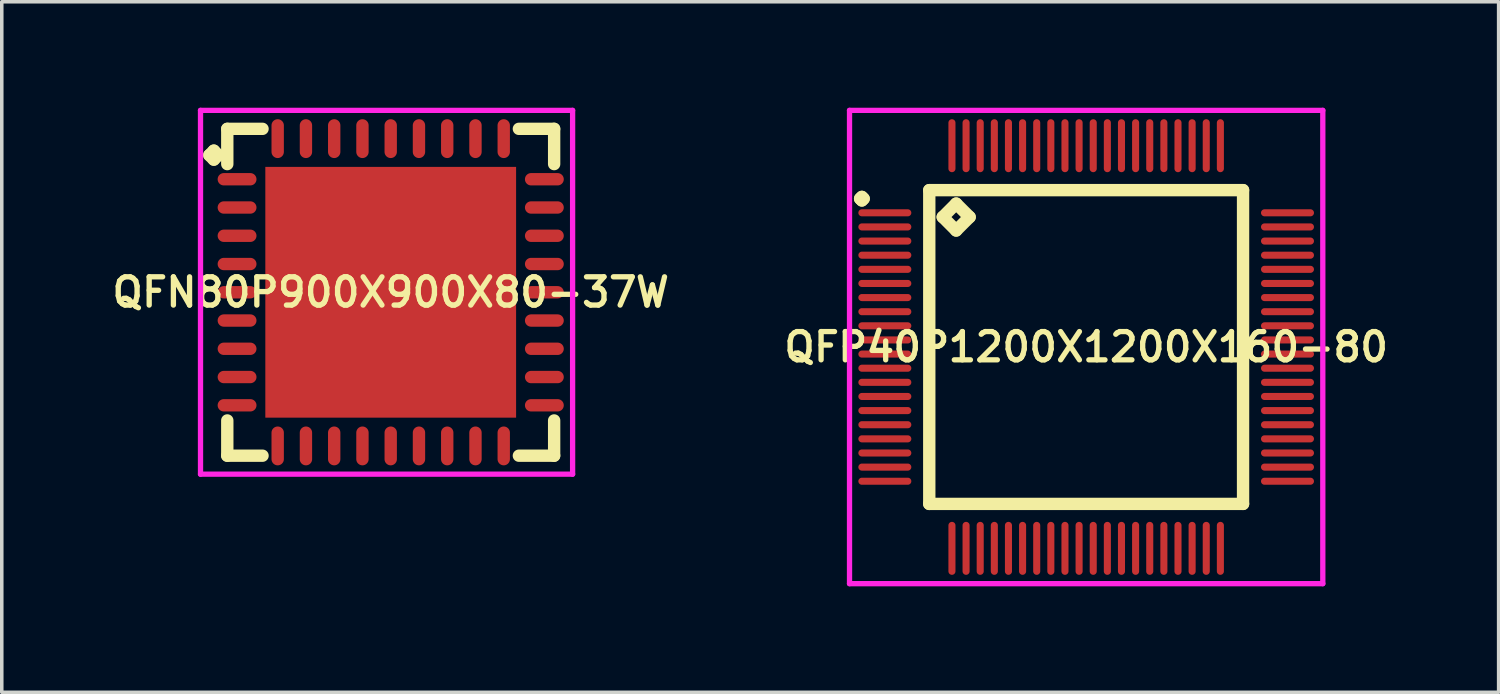
<source format=kicad_pcb>
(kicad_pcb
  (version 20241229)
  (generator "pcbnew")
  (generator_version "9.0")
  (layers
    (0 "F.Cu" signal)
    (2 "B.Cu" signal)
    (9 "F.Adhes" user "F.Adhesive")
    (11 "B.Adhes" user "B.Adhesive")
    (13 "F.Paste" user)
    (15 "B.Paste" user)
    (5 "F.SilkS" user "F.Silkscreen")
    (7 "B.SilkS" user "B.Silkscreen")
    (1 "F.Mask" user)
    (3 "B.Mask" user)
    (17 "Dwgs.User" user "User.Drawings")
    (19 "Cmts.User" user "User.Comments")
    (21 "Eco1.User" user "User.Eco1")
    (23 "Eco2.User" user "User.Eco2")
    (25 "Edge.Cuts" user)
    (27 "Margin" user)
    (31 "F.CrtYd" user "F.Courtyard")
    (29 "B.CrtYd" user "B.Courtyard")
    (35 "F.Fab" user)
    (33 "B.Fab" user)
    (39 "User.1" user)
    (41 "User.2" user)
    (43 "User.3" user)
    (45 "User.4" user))
  (footprint "QFN80P900X900X80-37W"
    (layer "F.Cu")
    (at 8.012 5.225)
    (property "Reference" "QFN80P900X900X80-37W" (at 0 0 0) (layer "F.SilkS") (effects (font (size 0.8 0.8) (thickness 0.15))))
    (attr smd)
    (fp_line (start -5.135 -3.883) (end -5.008 -4.01) (stroke (width 0.35) (type solid)) (layer "F.SilkS"))
    (fp_line (start -5.008 -4.01) (end -4.881 -3.883) (stroke (width 0.35) (type solid)) (layer "F.SilkS"))
    (fp_line (start -5.008 -3.756) (end -5.135 -3.883) (stroke (width 0.35) (type solid)) (layer "F.SilkS"))
    (fp_line (start -4.881 -3.883) (end -5.008 -3.756) (stroke (width 0.35) (type solid)) (layer "F.SilkS"))
    (fp_line (start -4.627 -4.627) (end -3.629 -4.627) (stroke (width 0.35) (type solid)) (layer "F.SilkS"))
    (fp_line (start -4.627 -3.629) (end -4.627 -4.627) (stroke (width 0.35) (type solid)) (layer "F.SilkS"))
    (fp_line (start -4.627 3.629) (end -4.627 4.627) (stroke (width 0.35) (type solid)) (layer "F.SilkS"))
    (fp_line (start -4.627 4.627) (end -3.629 4.627) (stroke (width 0.35) (type solid)) (layer "F.SilkS"))
    (fp_line (start 3.629 -4.627) (end 4.627 -4.627) (stroke (width 0.35) (type solid)) (layer "F.SilkS"))
    (fp_line (start 3.629 4.627) (end 4.627 4.627) (stroke (width 0.35) (type solid)) (layer "F.SilkS"))
    (fp_line (start 4.627 -4.627) (end 4.627 -3.629) (stroke (width 0.35) (type solid)) (layer "F.SilkS"))
    (fp_line (start 4.627 4.627) (end 4.627 3.629) (stroke (width 0.35) (type solid)) (layer "F.SilkS"))
    (fp_line (start -5.385 -5.15) (end 5.15 -5.15) (stroke (width 0.15) (type solid)) (layer "F.CrtYd"))
    (fp_line (start -5.385 5.15) (end -5.385 -5.15) (stroke (width 0.15) (type solid)) (layer "F.CrtYd"))
    (fp_line (start 5.15 -5.15) (end 5.15 5.15) (stroke (width 0.15) (type solid)) (layer "F.CrtYd"))
    (fp_line (start 5.15 5.15) (end -5.385 5.15) (stroke (width 0.15) (type solid)) (layer "F.CrtYd"))
    (pad "1" smd oval (at -4.35 -3.2) (size 1.1 0.35) (layers "F.Cu" "F.Mask" "F.Paste"))
    (pad "2" smd oval (at -4.35 -2.4) (size 1.1 0.35) (layers "F.Cu" "F.Mask" "F.Paste"))
    (pad "3" smd oval (at -4.35 -1.6) (size 1.1 0.35) (layers "F.Cu" "F.Mask" "F.Paste"))
    (pad "4" smd oval (at -4.35 -0.8) (size 1.1 0.35) (layers "F.Cu" "F.Mask" "F.Paste"))
    (pad "5" smd oval (at -4.35 0) (size 1.1 0.35) (layers "F.Cu" "F.Mask" "F.Paste"))
    (pad "6" smd oval (at -4.35 0.8) (size 1.1 0.35) (layers "F.Cu" "F.Mask" "F.Paste"))
    (pad "7" smd oval (at -4.35 1.6) (size 1.1 0.35) (layers "F.Cu" "F.Mask" "F.Paste"))
    (pad "8" smd oval (at -4.35 2.4) (size 1.1 0.35) (layers "F.Cu" "F.Mask" "F.Paste"))
    (pad "9" smd oval (at -4.35 3.2) (size 1.1 0.35) (layers "F.Cu" "F.Mask" "F.Paste"))
    (pad "10" smd oval (at -3.2 4.35) (size 0.35 1.1) (layers "F.Cu" "F.Mask" "F.Paste"))
    (pad "11" smd oval (at -2.4 4.35) (size 0.35 1.1) (layers "F.Cu" "F.Mask" "F.Paste"))
    (pad "12" smd oval (at -1.6 4.35) (size 0.35 1.1) (layers "F.Cu" "F.Mask" "F.Paste"))
    (pad "13" smd oval (at -0.8 4.35) (size 0.35 1.1) (layers "F.Cu" "F.Mask" "F.Paste"))
    (pad "14" smd oval (at 0 4.35) (size 0.35 1.1) (layers "F.Cu" "F.Mask" "F.Paste"))
    (pad "15" smd oval (at 0.8 4.35) (size 0.35 1.1) (layers "F.Cu" "F.Mask" "F.Paste"))
    (pad "16" smd oval (at 1.6 4.35) (size 0.35 1.1) (layers "F.Cu" "F.Mask" "F.Paste"))
    (pad "17" smd oval (at 2.4 4.35) (size 0.35 1.1) (layers "F.Cu" "F.Mask" "F.Paste"))
    (pad "18" smd oval (at 3.2 4.35) (size 0.35 1.1) (layers "F.Cu" "F.Mask" "F.Paste"))
    (pad "19" smd oval (at 4.35 3.2) (size 1.1 0.35) (layers "F.Cu" "F.Mask" "F.Paste"))
    (pad "20" smd oval (at 4.35 2.4) (size 1.1 0.35) (layers "F.Cu" "F.Mask" "F.Paste"))
    (pad "21" smd oval (at 4.35 1.6) (size 1.1 0.35) (layers "F.Cu" "F.Mask" "F.Paste"))
    (pad "22" smd oval (at 4.35 0.8) (size 1.1 0.35) (layers "F.Cu" "F.Mask" "F.Paste"))
    (pad "23" smd oval (at 4.35 0) (size 1.1 0.35) (layers "F.Cu" "F.Mask" "F.Paste"))
    (pad "24" smd oval (at 4.35 -0.8) (size 1.1 0.35) (layers "F.Cu" "F.Mask" "F.Paste"))
    (pad "25" smd oval (at 4.35 -1.6) (size 1.1 0.35) (layers "F.Cu" "F.Mask" "F.Paste"))
    (pad "26" smd oval (at 4.35 -2.4) (size 1.1 0.35) (layers "F.Cu" "F.Mask" "F.Paste"))
    (pad "27" smd oval (at 4.35 -3.2) (size 1.1 0.35) (layers "F.Cu" "F.Mask" "F.Paste"))
    (pad "28" smd oval (at 3.2 -4.35) (size 0.35 1.1) (layers "F.Cu" "F.Mask" "F.Paste"))
    (pad "29" smd oval (at 2.4 -4.35) (size 0.35 1.1) (layers "F.Cu" "F.Mask" "F.Paste"))
    (pad "30" smd oval (at 1.6 -4.35) (size 0.35 1.1) (layers "F.Cu" "F.Mask" "F.Paste"))
    (pad "31" smd oval (at 0.8 -4.35) (size 0.35 1.1) (layers "F.Cu" "F.Mask" "F.Paste"))
    (pad "32" smd oval (at 0 -4.35) (size 0.35 1.1) (layers "F.Cu" "F.Mask" "F.Paste"))
    (pad "33" smd oval (at -0.8 -4.35) (size 0.35 1.1) (layers "F.Cu" "F.Mask" "F.Paste"))
    (pad "34" smd oval (at -1.6 -4.35) (size 0.35 1.1) (layers "F.Cu" "F.Mask" "F.Paste"))
    (pad "35" smd oval (at -2.4 -4.35) (size 0.35 1.1) (layers "F.Cu" "F.Mask" "F.Paste"))
    (pad "36" smd oval (at -3.2 -4.35) (size 0.35 1.1) (layers "F.Cu" "F.Mask" "F.Paste"))
    (pad "37" smd rect (at 0 0) (size 7.1 7.1) (layers "F.Cu" "F.Mask" "F.Paste")))
  (footprint "QFP40P1200X1200X160-80"
    (layer "F.Cu")
    (at 27.702 6.775)
    (property "Reference" "QFP40P1200X1200X160-80" (at 0 0 0) (layer "F.SilkS") (effects (font (size 0.8 0.8) (thickness 0.15))))
    (attr smd)
    (fp_line (start -6.4 -4.2) (end -6.35 -4.25) (stroke (width 0.35) (type solid)) (layer "F.SilkS"))
    (fp_line (start -6.35 -4.25) (end -6.3 -4.2) (stroke (width 0.35) (type solid)) (layer "F.SilkS"))
    (fp_line (start -6.35 -4.15) (end -6.4 -4.2) (stroke (width 0.35) (type solid)) (layer "F.SilkS"))
    (fp_line (start -6.3 -4.2) (end -6.35 -4.15) (stroke (width 0.35) (type solid)) (layer "F.SilkS"))
    (fp_line (start -4.442 -4.442) (end -4.442 4.442) (stroke (width 0.35) (type solid)) (layer "F.SilkS"))
    (fp_line (start -4.442 4.442) (end 4.442 4.442) (stroke (width 0.35) (type solid)) (layer "F.SilkS"))
    (fp_line (start -4.061 -3.68) (end -3.68 -4.061) (stroke (width 0.35) (type solid)) (layer "F.SilkS"))
    (fp_line (start -3.68 -4.061) (end -3.299 -3.68) (stroke (width 0.35) (type solid)) (layer "F.SilkS"))
    (fp_line (start -3.68 -3.299) (end -4.061 -3.68) (stroke (width 0.35) (type solid)) (layer "F.SilkS"))
    (fp_line (start -3.299 -3.68) (end -3.68 -3.299) (stroke (width 0.35) (type solid)) (layer "F.SilkS"))
    (fp_line (start 4.442 -4.442) (end -4.442 -4.442) (stroke (width 0.35) (type solid)) (layer "F.SilkS"))
    (fp_line (start 4.442 4.442) (end 4.442 -4.442) (stroke (width 0.35) (type solid)) (layer "F.SilkS"))
    (fp_line (start -6.7 -6.7) (end 6.7 -6.7) (stroke (width 0.15) (type solid)) (layer "F.CrtYd"))
    (fp_line (start -6.7 6.7) (end -6.7 -6.7) (stroke (width 0.15) (type solid)) (layer "F.CrtYd"))
    (fp_line (start 6.7 -6.7) (end 6.7 6.7) (stroke (width 0.15) (type solid)) (layer "F.CrtYd"))
    (fp_line (start 6.7 6.7) (end -6.7 6.7) (stroke (width 0.15) (type solid)) (layer "F.CrtYd"))
    (pad "1" smd oval (at -5.7 -3.8) (size 1.5 0.2) (layers "F.Cu" "F.Mask" "F.Paste"))
    (pad "2" smd oval (at -5.7 -3.4) (size 1.5 0.2) (layers "F.Cu" "F.Mask" "F.Paste"))
    (pad "3" smd oval (at -5.7 -3) (size 1.5 0.2) (layers "F.Cu" "F.Mask" "F.Paste"))
    (pad "4" smd oval (at -5.7 -2.6) (size 1.5 0.2) (layers "F.Cu" "F.Mask" "F.Paste"))
    (pad "5" smd oval (at -5.7 -2.2) (size 1.5 0.2) (layers "F.Cu" "F.Mask" "F.Paste"))
    (pad "6" smd oval (at -5.7 -1.8) (size 1.5 0.2) (layers "F.Cu" "F.Mask" "F.Paste"))
    (pad "7" smd oval (at -5.7 -1.4) (size 1.5 0.2) (layers "F.Cu" "F.Mask" "F.Paste"))
    (pad "8" smd oval (at -5.7 -1) (size 1.5 0.2) (layers "F.Cu" "F.Mask" "F.Paste"))
    (pad "9" smd oval (at -5.7 -0.6) (size 1.5 0.2) (layers "F.Cu" "F.Mask" "F.Paste"))
    (pad "10" smd oval (at -5.7 -0.2) (size 1.5 0.2) (layers "F.Cu" "F.Mask" "F.Paste"))
    (pad "11" smd oval (at -5.7 0.2) (size 1.5 0.2) (layers "F.Cu" "F.Mask" "F.Paste"))
    (pad "12" smd oval (at -5.7 0.6) (size 1.5 0.2) (layers "F.Cu" "F.Mask" "F.Paste"))
    (pad "13" smd oval (at -5.7 1) (size 1.5 0.2) (layers "F.Cu" "F.Mask" "F.Paste"))
    (pad "14" smd oval (at -5.7 1.4) (size 1.5 0.2) (layers "F.Cu" "F.Mask" "F.Paste"))
    (pad "15" smd oval (at -5.7 1.8) (size 1.5 0.2) (layers "F.Cu" "F.Mask" "F.Paste"))
    (pad "16" smd oval (at -5.7 2.2) (size 1.5 0.2) (layers "F.Cu" "F.Mask" "F.Paste"))
    (pad "17" smd oval (at -5.7 2.6) (size 1.5 0.2) (layers "F.Cu" "F.Mask" "F.Paste"))
    (pad "18" smd oval (at -5.7 3) (size 1.5 0.2) (layers "F.Cu" "F.Mask" "F.Paste"))
    (pad "19" smd oval (at -5.7 3.4) (size 1.5 0.2) (layers "F.Cu" "F.Mask" "F.Paste"))
    (pad "20" smd oval (at -5.7 3.8) (size 1.5 0.2) (layers "F.Cu" "F.Mask" "F.Paste"))
    (pad "21" smd oval (at -3.8 5.7) (size 0.2 1.5) (layers "F.Cu" "F.Mask" "F.Paste"))
    (pad "22" smd oval (at -3.4 5.7) (size 0.2 1.5) (layers "F.Cu" "F.Mask" "F.Paste"))
    (pad "23" smd oval (at -3 5.7) (size 0.2 1.5) (layers "F.Cu" "F.Mask" "F.Paste"))
    (pad "24" smd oval (at -2.6 5.7) (size 0.2 1.5) (layers "F.Cu" "F.Mask" "F.Paste"))
    (pad "25" smd oval (at -2.2 5.7) (size 0.2 1.5) (layers "F.Cu" "F.Mask" "F.Paste"))
    (pad "26" smd oval (at -1.8 5.7) (size 0.2 1.5) (layers "F.Cu" "F.Mask" "F.Paste"))
    (pad "27" smd oval (at -1.4 5.7) (size 0.2 1.5) (layers "F.Cu" "F.Mask" "F.Paste"))
    (pad "28" smd oval (at -1 5.7) (size 0.2 1.5) (layers "F.Cu" "F.Mask" "F.Paste"))
    (pad "29" smd oval (at -0.6 5.7) (size 0.2 1.5) (layers "F.Cu" "F.Mask" "F.Paste"))
    (pad "30" smd oval (at -0.2 5.7) (size 0.2 1.5) (layers "F.Cu" "F.Mask" "F.Paste"))
    (pad "31" smd oval (at 0.2 5.7) (size 0.2 1.5) (layers "F.Cu" "F.Mask" "F.Paste"))
    (pad "32" smd oval (at 0.6 5.7) (size 0.2 1.5) (layers "F.Cu" "F.Mask" "F.Paste"))
    (pad "33" smd oval (at 1 5.7) (size 0.2 1.5) (layers "F.Cu" "F.Mask" "F.Paste"))
    (pad "34" smd oval (at 1.4 5.7) (size 0.2 1.5) (layers "F.Cu" "F.Mask" "F.Paste"))
    (pad "35" smd oval (at 1.8 5.7) (size 0.2 1.5) (layers "F.Cu" "F.Mask" "F.Paste"))
    (pad "36" smd oval (at 2.2 5.7) (size 0.2 1.5) (layers "F.Cu" "F.Mask" "F.Paste"))
    (pad "37" smd oval (at 2.6 5.7) (size 0.2 1.5) (layers "F.Cu" "F.Mask" "F.Paste"))
    (pad "38" smd oval (at 3 5.7) (size 0.2 1.5) (layers "F.Cu" "F.Mask" "F.Paste"))
    (pad "39" smd oval (at 3.4 5.7) (size 0.2 1.5) (layers "F.Cu" "F.Mask" "F.Paste"))
    (pad "40" smd oval (at 3.8 5.7) (size 0.2 1.5) (layers "F.Cu" "F.Mask" "F.Paste"))
    (pad "41" smd oval (at 5.7 3.8) (size 1.5 0.2) (layers "F.Cu" "F.Mask" "F.Paste"))
    (pad "42" smd oval (at 5.7 3.4) (size 1.5 0.2) (layers "F.Cu" "F.Mask" "F.Paste"))
    (pad "43" smd oval (at 5.7 3) (size 1.5 0.2) (layers "F.Cu" "F.Mask" "F.Paste"))
    (pad "44" smd oval (at 5.7 2.6) (size 1.5 0.2) (layers "F.Cu" "F.Mask" "F.Paste"))
    (pad "45" smd oval (at 5.7 2.2) (size 1.5 0.2) (layers "F.Cu" "F.Mask" "F.Paste"))
    (pad "46" smd oval (at 5.7 1.8) (size 1.5 0.2) (layers "F.Cu" "F.Mask" "F.Paste"))
    (pad "47" smd oval (at 5.7 1.4) (size 1.5 0.2) (layers "F.Cu" "F.Mask" "F.Paste"))
    (pad "48" smd oval (at 5.7 1) (size 1.5 0.2) (layers "F.Cu" "F.Mask" "F.Paste"))
    (pad "49" smd oval (at 5.7 0.6) (size 1.5 0.2) (layers "F.Cu" "F.Mask" "F.Paste"))
    (pad "50" smd oval (at 5.7 0.2) (size 1.5 0.2) (layers "F.Cu" "F.Mask" "F.Paste"))
    (pad "51" smd oval (at 5.7 -0.2) (size 1.5 0.2) (layers "F.Cu" "F.Mask" "F.Paste"))
    (pad "52" smd oval (at 5.7 -0.6) (size 1.5 0.2) (layers "F.Cu" "F.Mask" "F.Paste"))
    (pad "53" smd oval (at 5.7 -1) (size 1.5 0.2) (layers "F.Cu" "F.Mask" "F.Paste"))
    (pad "54" smd oval (at 5.7 -1.4) (size 1.5 0.2) (layers "F.Cu" "F.Mask" "F.Paste"))
    (pad "55" smd oval (at 5.7 -1.8) (size 1.5 0.2) (layers "F.Cu" "F.Mask" "F.Paste"))
    (pad "56" smd oval (at 5.7 -2.2) (size 1.5 0.2) (layers "F.Cu" "F.Mask" "F.Paste"))
    (pad "57" smd oval (at 5.7 -2.6) (size 1.5 0.2) (layers "F.Cu" "F.Mask" "F.Paste"))
    (pad "58" smd oval (at 5.7 -3) (size 1.5 0.2) (layers "F.Cu" "F.Mask" "F.Paste"))
    (pad "59" smd oval (at 5.7 -3.4) (size 1.5 0.2) (layers "F.Cu" "F.Mask" "F.Paste"))
    (pad "60" smd oval (at 5.7 -3.8) (size 1.5 0.2) (layers "F.Cu" "F.Mask" "F.Paste"))
    (pad "61" smd oval (at 3.8 -5.7) (size 0.2 1.5) (layers "F.Cu" "F.Mask" "F.Paste"))
    (pad "62" smd oval (at 3.4 -5.7) (size 0.2 1.5) (layers "F.Cu" "F.Mask" "F.Paste"))
    (pad "63" smd oval (at 3 -5.7) (size 0.2 1.5) (layers "F.Cu" "F.Mask" "F.Paste"))
    (pad "64" smd oval (at 2.6 -5.7) (size 0.2 1.5) (layers "F.Cu" "F.Mask" "F.Paste"))
    (pad "65" smd oval (at 2.2 -5.7) (size 0.2 1.5) (layers "F.Cu" "F.Mask" "F.Paste"))
    (pad "66" smd oval (at 1.8 -5.7) (size 0.2 1.5) (layers "F.Cu" "F.Mask" "F.Paste"))
    (pad "67" smd oval (at 1.4 -5.7) (size 0.2 1.5) (layers "F.Cu" "F.Mask" "F.Paste"))
    (pad "68" smd oval (at 1 -5.7) (size 0.2 1.5) (layers "F.Cu" "F.Mask" "F.Paste"))
    (pad "69" smd oval (at 0.6 -5.7) (size 0.2 1.5) (layers "F.Cu" "F.Mask" "F.Paste"))
    (pad "70" smd oval (at 0.2 -5.7) (size 0.2 1.5) (layers "F.Cu" "F.Mask" "F.Paste"))
    (pad "71" smd oval (at -0.2 -5.7) (size 0.2 1.5) (layers "F.Cu" "F.Mask" "F.Paste"))
    (pad "72" smd oval (at -0.6 -5.7) (size 0.2 1.5) (layers "F.Cu" "F.Mask" "F.Paste"))
    (pad "73" smd oval (at -1 -5.7) (size 0.2 1.5) (layers "F.Cu" "F.Mask" "F.Paste"))
    (pad "74" smd oval (at -1.4 -5.7) (size 0.2 1.5) (layers "F.Cu" "F.Mask" "F.Paste"))
    (pad "75" smd oval (at -1.8 -5.7) (size 0.2 1.5) (layers "F.Cu" "F.Mask" "F.Paste"))
    (pad "76" smd oval (at -2.2 -5.7) (size 0.2 1.5) (layers "F.Cu" "F.Mask" "F.Paste"))
    (pad "77" smd oval (at -2.6 -5.7) (size 0.2 1.5) (layers "F.Cu" "F.Mask" "F.Paste"))
    (pad "78" smd oval (at -3 -5.7) (size 0.2 1.5) (layers "F.Cu" "F.Mask" "F.Paste"))
    (pad "79" smd oval (at -3.4 -5.7) (size 0.2 1.5) (layers "F.Cu" "F.Mask" "F.Paste"))
    (pad "80" smd oval (at -3.8 -5.7) (size 0.2 1.5) (layers "F.Cu" "F.Mask" "F.Paste")))
  (gr_rect
    (start -3 -3)
    (end 39.38 16.55)
    (stroke (width 0.1) (type default))
    (fill no)
    (layer "Edge.Cuts")))
</source>
